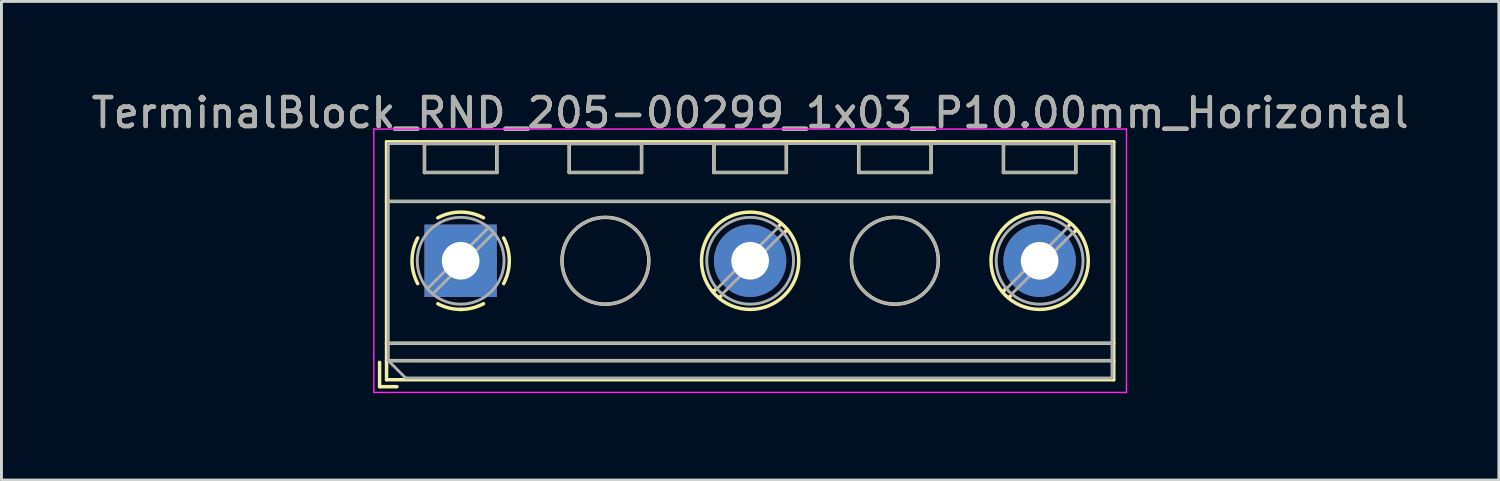
<source format=kicad_pcb>
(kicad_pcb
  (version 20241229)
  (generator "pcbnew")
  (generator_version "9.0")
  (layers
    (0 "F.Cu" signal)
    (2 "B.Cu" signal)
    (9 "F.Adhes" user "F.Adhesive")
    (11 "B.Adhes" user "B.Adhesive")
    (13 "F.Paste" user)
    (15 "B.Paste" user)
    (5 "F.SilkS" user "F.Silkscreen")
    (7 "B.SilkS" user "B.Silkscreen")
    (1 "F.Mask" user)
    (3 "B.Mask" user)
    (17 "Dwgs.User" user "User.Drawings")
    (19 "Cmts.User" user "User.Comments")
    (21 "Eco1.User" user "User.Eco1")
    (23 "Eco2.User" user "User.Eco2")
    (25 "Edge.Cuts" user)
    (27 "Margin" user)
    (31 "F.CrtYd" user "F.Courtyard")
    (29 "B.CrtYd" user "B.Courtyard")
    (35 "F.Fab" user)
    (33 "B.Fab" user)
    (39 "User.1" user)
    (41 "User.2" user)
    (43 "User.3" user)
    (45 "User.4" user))
  (footprint "TerminalBlock_RND_205-00299_1x03_P10.00mm_Horizontal"
    (layer "F.Cu")
    (at 12.863 5.958)
    (property "Reference" "TerminalBlock_RND_205-00299_1x03_P10.00mm_Horizontal" (at 10 -5.11 0) (layer "F.SilkS") (effects (font (size 1 1) (thickness 0.15))))
    (attr through_hole)
    (fp_line (start -2.8 3.51) (end -2.8 4.35) (stroke (width 0.12) (type solid)) (layer "F.SilkS"))
    (fp_line (start -2.8 4.35) (end -2.2 4.35) (stroke (width 0.12) (type solid)) (layer "F.SilkS"))
    (fp_line (start -2.56 -4.11) (end -2.56 4.11) (stroke (width 0.12) (type solid)) (layer "F.SilkS"))
    (fp_line (start -2.56 -4.11) (end 22.56 -4.11) (stroke (width 0.12) (type solid)) (layer "F.SilkS"))
    (fp_line (start -2.56 -2.05) (end 22.56 -2.05) (stroke (width 0.12) (type solid)) (layer "F.SilkS"))
    (fp_line (start -2.56 2.85) (end 22.56 2.85) (stroke (width 0.12) (type solid)) (layer "F.SilkS"))
    (fp_line (start -2.56 3.45) (end 22.56 3.45) (stroke (width 0.12) (type solid)) (layer "F.SilkS"))
    (fp_line (start -2.56 4.11) (end 22.56 4.11) (stroke (width 0.12) (type solid)) (layer "F.SilkS"))
    (fp_line (start -1.25 -4.05) (end -1.25 -3.05) (stroke (width 0.12) (type solid)) (layer "F.SilkS"))
    (fp_line (start -1.25 -4.05) (end 1.25 -4.05) (stroke (width 0.12) (type solid)) (layer "F.SilkS"))
    (fp_line (start -1.25 -3.05) (end 1.25 -3.05) (stroke (width 0.12) (type solid)) (layer "F.SilkS"))
    (fp_line (start 1.25 -4.05) (end 1.25 -3.05) (stroke (width 0.12) (type solid)) (layer "F.SilkS"))
    (fp_line (start 3.75 -4.05) (end 3.75 -3.05) (stroke (width 0.12) (type solid)) (layer "F.SilkS"))
    (fp_line (start 3.75 -4.05) (end 6.25 -4.05) (stroke (width 0.12) (type solid)) (layer "F.SilkS"))
    (fp_line (start 3.75 -3.05) (end 6.25 -3.05) (stroke (width 0.12) (type solid)) (layer "F.SilkS"))
    (fp_line (start 6.25 -4.05) (end 6.25 -3.05) (stroke (width 0.12) (type solid)) (layer "F.SilkS"))
    (fp_line (start 8.75 -4.05) (end 8.75 -3.05) (stroke (width 0.12) (type solid)) (layer "F.SilkS"))
    (fp_line (start 8.75 -4.05) (end 11.25 -4.05) (stroke (width 0.12) (type solid)) (layer "F.SilkS"))
    (fp_line (start 8.75 -3.05) (end 11.25 -3.05) (stroke (width 0.12) (type solid)) (layer "F.SilkS"))
    (fp_line (start 8.82 0.976) (end 8.726 1.069) (stroke (width 0.12) (type solid)) (layer "F.SilkS"))
    (fp_line (start 8.99 1.216) (end 8.931 1.274) (stroke (width 0.12) (type solid)) (layer "F.SilkS"))
    (fp_line (start 11.07 -1.275) (end 11.011 -1.216) (stroke (width 0.12) (type solid)) (layer "F.SilkS"))
    (fp_line (start 11.25 -4.05) (end 11.25 -3.05) (stroke (width 0.12) (type solid)) (layer "F.SilkS"))
    (fp_line (start 11.275 -1.069) (end 11.181 -0.976) (stroke (width 0.12) (type solid)) (layer "F.SilkS"))
    (fp_line (start 13.75 -4.05) (end 13.75 -3.05) (stroke (width 0.12) (type solid)) (layer "F.SilkS"))
    (fp_line (start 13.75 -4.05) (end 16.25 -4.05) (stroke (width 0.12) (type solid)) (layer "F.SilkS"))
    (fp_line (start 13.75 -3.05) (end 16.25 -3.05) (stroke (width 0.12) (type solid)) (layer "F.SilkS"))
    (fp_line (start 16.25 -4.05) (end 16.25 -3.05) (stroke (width 0.12) (type solid)) (layer "F.SilkS"))
    (fp_line (start 18.75 -4.05) (end 18.75 -3.05) (stroke (width 0.12) (type solid)) (layer "F.SilkS"))
    (fp_line (start 18.75 -4.05) (end 21.25 -4.05) (stroke (width 0.12) (type solid)) (layer "F.SilkS"))
    (fp_line (start 18.75 -3.05) (end 21.25 -3.05) (stroke (width 0.12) (type solid)) (layer "F.SilkS"))
    (fp_line (start 18.82 0.976) (end 18.726 1.069) (stroke (width 0.12) (type solid)) (layer "F.SilkS"))
    (fp_line (start 18.99 1.216) (end 18.931 1.274) (stroke (width 0.12) (type solid)) (layer "F.SilkS"))
    (fp_line (start 21.07 -1.275) (end 21.011 -1.216) (stroke (width 0.12) (type solid)) (layer "F.SilkS"))
    (fp_line (start 21.25 -4.05) (end 21.25 -3.05) (stroke (width 0.12) (type solid)) (layer "F.SilkS"))
    (fp_line (start 21.275 -1.069) (end 21.181 -0.976) (stroke (width 0.12) (type solid)) (layer "F.SilkS"))
    (fp_line (start 22.56 -4.11) (end 22.56 4.11) (stroke (width 0.12) (type solid)) (layer "F.SilkS"))
    (fp_arc (start -1.483953 0.789089) (mid -1.680708 0.00005) (end -1.484 -0.789) (stroke (width 0.12) (type solid)) (layer "F.SilkS"))
    (fp_arc (start -0.789089 -1.483953) (mid -0.00005 -1.680708) (end 0.789 -1.484) (stroke (width 0.12) (type solid)) (layer "F.SilkS"))
    (fp_arc (start 0.029383 1.68045) (mid -0.392304 1.634281) (end -0.789 1.484) (stroke (width 0.12) (type solid)) (layer "F.SilkS"))
    (fp_arc (start 0.788712 1.483352) (mid 0.406429 1.630097) (end 0 1.68) (stroke (width 0.12) (type solid)) (layer "F.SilkS"))
    (fp_arc (start 1.483953 -0.789089) (mid 1.680708 -0.00005) (end 1.484 0.789) (stroke (width 0.12) (type solid)) (layer "F.SilkS"))
    (fp_circle (center 5 0) (end 6.5 0) (stroke (width 0.12) (type solid)) (fill no) (layer "F.SilkS"))
    (fp_circle (center 10 0) (end 11.68 0) (stroke (width 0.12) (type solid)) (fill no) (layer "F.SilkS"))
    (fp_circle (center 15 0) (end 16.5 0) (stroke (width 0.12) (type solid)) (fill no) (layer "F.SilkS"))
    (fp_circle (center 20 0) (end 21.68 0) (stroke (width 0.12) (type solid)) (fill no) (layer "F.SilkS"))
    (fp_line (start -3 -4.55) (end -3 4.55) (stroke (width 0.05) (type solid)) (layer "F.CrtYd"))
    (fp_line (start -3 4.55) (end 23 4.55) (stroke (width 0.05) (type solid)) (layer "F.CrtYd"))
    (fp_line (start 23 -4.55) (end -3 -4.55) (stroke (width 0.05) (type solid)) (layer "F.CrtYd"))
    (fp_line (start 23 4.55) (end 23 -4.55) (stroke (width 0.05) (type solid)) (layer "F.CrtYd"))
    (fp_line (start -2.5 -4.05) (end 22.5 -4.05) (stroke (width 0.1) (type solid)) (layer "F.Fab"))
    (fp_line (start -2.5 -2.05) (end 22.5 -2.05) (stroke (width 0.1) (type solid)) (layer "F.Fab"))
    (fp_line (start -2.5 2.85) (end 22.5 2.85) (stroke (width 0.1) (type solid)) (layer "F.Fab"))
    (fp_line (start -2.5 3.45) (end -2.5 -4.05) (stroke (width 0.1) (type solid)) (layer "F.Fab"))
    (fp_line (start -2.5 3.45) (end 22.5 3.45) (stroke (width 0.1) (type solid)) (layer "F.Fab"))
    (fp_line (start -1.9 4.05) (end -2.5 3.45) (stroke (width 0.1) (type solid)) (layer "F.Fab"))
    (fp_line (start -1.25 -4.05) (end -1.25 -3.05) (stroke (width 0.1) (type solid)) (layer "F.Fab"))
    (fp_line (start -1.25 -3.05) (end 1.25 -3.05) (stroke (width 0.1) (type solid)) (layer "F.Fab"))
    (fp_line (start 0.955 -1.138) (end -1.138 0.955) (stroke (width 0.1) (type solid)) (layer "F.Fab"))
    (fp_line (start 1.138 -0.955) (end -0.955 1.138) (stroke (width 0.1) (type solid)) (layer "F.Fab"))
    (fp_line (start 1.25 -4.05) (end -1.25 -4.05) (stroke (width 0.1) (type solid)) (layer "F.Fab"))
    (fp_line (start 1.25 -3.05) (end 1.25 -4.05) (stroke (width 0.1) (type solid)) (layer "F.Fab"))
    (fp_line (start 3.75 -4.05) (end 3.75 -3.05) (stroke (width 0.1) (type solid)) (layer "F.Fab"))
    (fp_line (start 3.75 -3.05) (end 6.25 -3.05) (stroke (width 0.1) (type solid)) (layer "F.Fab"))
    (fp_line (start 6.25 -4.05) (end 3.75 -4.05) (stroke (width 0.1) (type solid)) (layer "F.Fab"))
    (fp_line (start 6.25 -3.05) (end 6.25 -4.05) (stroke (width 0.1) (type solid)) (layer "F.Fab"))
    (fp_line (start 8.75 -4.05) (end 8.75 -3.05) (stroke (width 0.1) (type solid)) (layer "F.Fab"))
    (fp_line (start 8.75 -3.05) (end 11.25 -3.05) (stroke (width 0.1) (type solid)) (layer "F.Fab"))
    (fp_line (start 10.955 -1.138) (end 8.863 0.955) (stroke (width 0.1) (type solid)) (layer "F.Fab"))
    (fp_line (start 11.138 -0.955) (end 9.046 1.138) (stroke (width 0.1) (type solid)) (layer "F.Fab"))
    (fp_line (start 11.25 -4.05) (end 8.75 -4.05) (stroke (width 0.1) (type solid)) (layer "F.Fab"))
    (fp_line (start 11.25 -3.05) (end 11.25 -4.05) (stroke (width 0.1) (type solid)) (layer "F.Fab"))
    (fp_line (start 13.75 -4.05) (end 13.75 -3.05) (stroke (width 0.1) (type solid)) (layer "F.Fab"))
    (fp_line (start 13.75 -3.05) (end 16.25 -3.05) (stroke (width 0.1) (type solid)) (layer "F.Fab"))
    (fp_line (start 16.25 -4.05) (end 13.75 -4.05) (stroke (width 0.1) (type solid)) (layer "F.Fab"))
    (fp_line (start 16.25 -3.05) (end 16.25 -4.05) (stroke (width 0.1) (type solid)) (layer "F.Fab"))
    (fp_line (start 18.75 -4.05) (end 18.75 -3.05) (stroke (width 0.1) (type solid)) (layer "F.Fab"))
    (fp_line (start 18.75 -3.05) (end 21.25 -3.05) (stroke (width 0.1) (type solid)) (layer "F.Fab"))
    (fp_line (start 20.955 -1.138) (end 18.863 0.955) (stroke (width 0.1) (type solid)) (layer "F.Fab"))
    (fp_line (start 21.138 -0.955) (end 19.046 1.138) (stroke (width 0.1) (type solid)) (layer "F.Fab"))
    (fp_line (start 21.25 -4.05) (end 18.75 -4.05) (stroke (width 0.1) (type solid)) (layer "F.Fab"))
    (fp_line (start 21.25 -3.05) (end 21.25 -4.05) (stroke (width 0.1) (type solid)) (layer "F.Fab"))
    (fp_line (start 22.5 -4.05) (end 22.5 4.05) (stroke (width 0.1) (type solid)) (layer "F.Fab"))
    (fp_line (start 22.5 4.05) (end -1.9 4.05) (stroke (width 0.1) (type solid)) (layer "F.Fab"))
    (fp_circle (center 0 0) (end 1.5 0) (stroke (width 0.1) (type solid)) (fill no) (layer "F.Fab"))
    (fp_circle (center 5 0) (end 6.5 0) (stroke (width 0.1) (type solid)) (fill no) (layer "F.Fab"))
    (fp_circle (center 10 0) (end 11.5 0) (stroke (width 0.1) (type solid)) (fill no) (layer "F.Fab"))
    (fp_circle (center 15 0) (end 16.5 0) (stroke (width 0.1) (type solid)) (fill no) (layer "F.Fab"))
    (fp_circle (center 20 0) (end 21.5 0) (stroke (width 0.1) (type solid)) (fill no) (layer "F.Fab"))
    (fp_text user "${REFERENCE}" (at 10 -5.11 0) (layer "F.Fab") (effects (font (size 1 1) (thickness 0.15))))
    (pad "1" thru_hole rect (at 0 0) (size 2.5 2.5) (drill 1.3) (layers "*.Cu" "*.Mask"))
    (pad "2" thru_hole circle (at 10 0) (size 2.5 2.5) (drill 1.3) (layers "*.Cu" "*.Mask"))
    (pad "3" thru_hole circle (at 20 0) (size 2.5 2.5) (drill 1.3) (layers "*.Cu" "*.Mask")))
  (gr_rect
    (start -3 -3)
    (end 48.726 13.533)
    (stroke (width 0.1) (type default))
    (fill no)
    (layer "Edge.Cuts")))
</source>
